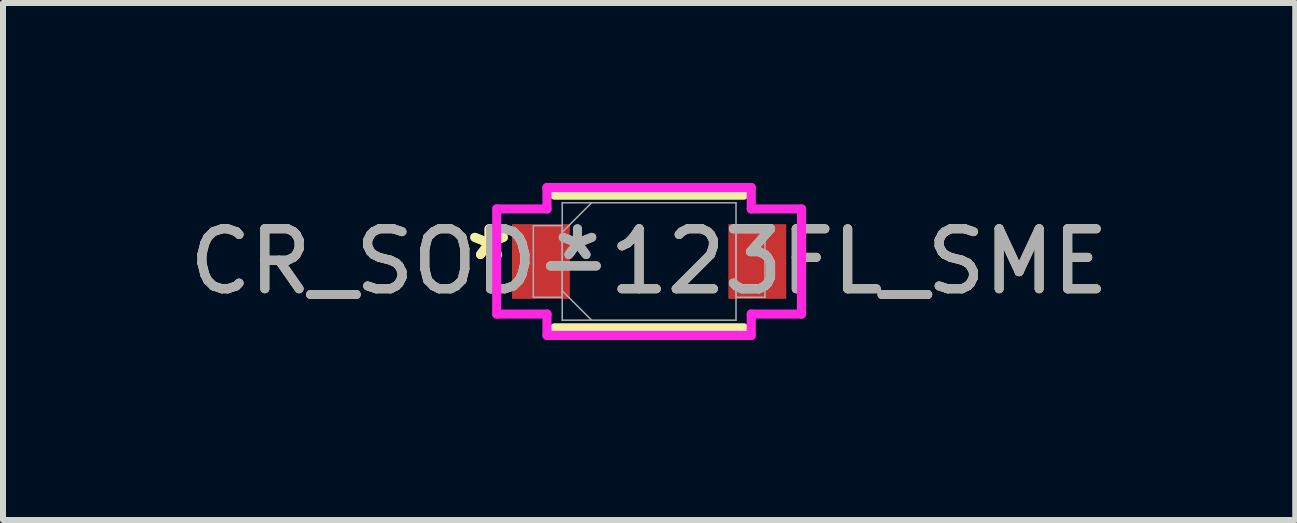
<source format=kicad_pcb>
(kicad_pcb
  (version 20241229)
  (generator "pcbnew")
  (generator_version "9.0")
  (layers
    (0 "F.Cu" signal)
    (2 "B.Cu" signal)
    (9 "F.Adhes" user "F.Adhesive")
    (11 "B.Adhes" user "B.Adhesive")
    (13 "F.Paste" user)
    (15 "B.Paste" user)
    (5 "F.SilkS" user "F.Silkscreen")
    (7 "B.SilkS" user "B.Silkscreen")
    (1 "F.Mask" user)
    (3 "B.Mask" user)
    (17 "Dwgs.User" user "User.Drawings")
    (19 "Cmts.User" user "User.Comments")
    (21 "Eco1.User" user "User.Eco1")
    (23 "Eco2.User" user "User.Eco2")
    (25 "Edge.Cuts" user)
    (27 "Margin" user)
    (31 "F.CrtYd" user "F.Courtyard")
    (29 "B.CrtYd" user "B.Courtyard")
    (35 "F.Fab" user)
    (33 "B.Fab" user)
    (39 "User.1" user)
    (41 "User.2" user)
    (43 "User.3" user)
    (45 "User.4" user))
  (footprint "CR_SOD-123FL_SME"
    (layer "F.Cu")
    (at 7.768 1.308)
    (property "Reference" "CR_SOD-123FL_SME" (at 0 0 0) (unlocked yes) (layer "F.SilkS") (effects (font (size 1 1) (thickness 0.15))))
    (attr smd)
    (fp_line (start -1.575 1.105) (end 1.575 1.105) (stroke (width 0.152) (type solid)) (layer "F.SilkS"))
    (fp_line (start 1.575 -1.105) (end -1.575 -1.105) (stroke (width 0.152) (type solid)) (layer "F.SilkS"))
    (fp_line (start -2.54 -0.876) (end -1.702 -0.876) (stroke (width 0.152) (type solid)) (layer "F.CrtYd"))
    (fp_line (start -2.54 0.876) (end -2.54 -0.876) (stroke (width 0.152) (type solid)) (layer "F.CrtYd"))
    (fp_line (start -1.702 -1.232) (end 1.702 -1.232) (stroke (width 0.152) (type solid)) (layer "F.CrtYd"))
    (fp_line (start -1.702 -0.876) (end -1.702 -1.232) (stroke (width 0.152) (type solid)) (layer "F.CrtYd"))
    (fp_line (start -1.702 0.876) (end -2.54 0.876) (stroke (width 0.152) (type solid)) (layer "F.CrtYd"))
    (fp_line (start -1.702 1.232) (end -1.702 0.876) (stroke (width 0.152) (type solid)) (layer "F.CrtYd"))
    (fp_line (start 1.702 -1.232) (end 1.702 -0.876) (stroke (width 0.152) (type solid)) (layer "F.CrtYd"))
    (fp_line (start 1.702 -0.876) (end 2.54 -0.876) (stroke (width 0.152) (type solid)) (layer "F.CrtYd"))
    (fp_line (start 1.702 0.876) (end 1.702 1.232) (stroke (width 0.152) (type solid)) (layer "F.CrtYd"))
    (fp_line (start 1.702 1.232) (end -1.702 1.232) (stroke (width 0.152) (type solid)) (layer "F.CrtYd"))
    (fp_line (start 2.54 -0.876) (end 2.54 0.876) (stroke (width 0.152) (type solid)) (layer "F.CrtYd"))
    (fp_line (start 2.54 0.876) (end 1.702 0.876) (stroke (width 0.152) (type solid)) (layer "F.CrtYd"))
    (fp_line (start -1.93 -0.597) (end -1.93 0.597) (stroke (width 0.025) (type solid)) (layer "F.Fab"))
    (fp_line (start -1.93 0.597) (end -1.448 0.597) (stroke (width 0.025) (type solid)) (layer "F.Fab"))
    (fp_line (start -1.448 -0.978) (end -1.448 0.978) (stroke (width 0.025) (type solid)) (layer "F.Fab"))
    (fp_line (start -1.448 -0.597) (end -1.93 -0.597) (stroke (width 0.025) (type solid)) (layer "F.Fab"))
    (fp_line (start -1.448 -0.489) (end -0.959 -0.978) (stroke (width 0.025) (type solid)) (layer "F.Fab"))
    (fp_line (start -1.448 0.489) (end -0.959 0.978) (stroke (width 0.025) (type solid)) (layer "F.Fab"))
    (fp_line (start -1.448 0.597) (end -1.448 -0.597) (stroke (width 0.025) (type solid)) (layer "F.Fab"))
    (fp_line (start -1.448 0.978) (end 1.448 0.978) (stroke (width 0.025) (type solid)) (layer "F.Fab"))
    (fp_line (start 1.448 -0.978) (end -1.448 -0.978) (stroke (width 0.025) (type solid)) (layer "F.Fab"))
    (fp_line (start 1.448 -0.597) (end 1.448 0.597) (stroke (width 0.025) (type solid)) (layer "F.Fab"))
    (fp_line (start 1.448 0.597) (end 1.93 0.597) (stroke (width 0.025) (type solid)) (layer "F.Fab"))
    (fp_line (start 1.448 0.978) (end 1.448 -0.978) (stroke (width 0.025) (type solid)) (layer "F.Fab"))
    (fp_line (start 1.93 -0.597) (end 1.448 -0.597) (stroke (width 0.025) (type solid)) (layer "F.Fab"))
    (fp_line (start 1.93 0.597) (end 1.93 -0.597) (stroke (width 0.025) (type solid)) (layer "F.Fab"))
    (fp_text user "*" (at -2.667 0 0) (layer "F.SilkS") (effects (font (size 1 1) (thickness 0.15))))
    (fp_text user "*" (at -2.667 0 0) (unlocked yes) (layer "F.SilkS") (effects (font (size 1 1) (thickness 0.15))))
    (fp_text user "*" (at -1.194 0 0) (layer "F.Fab") (effects (font (size 1 1) (thickness 0.15))))
    (fp_text user "*" (at -1.194 0 0) (unlocked yes) (layer "F.Fab") (effects (font (size 1 1) (thickness 0.15))))
    (fp_text user "${REFERENCE}" (at 0 0 0) (unlocked yes) (layer "F.Fab") (effects (font (size 1 1) (thickness 0.15))))
    (pad "1" smd rect (at -1.803 0) (size 0.965 1.245) (layers "F.Cu" "F.Mask" "F.Paste"))
    (pad "2" smd rect (at 1.803 0) (size 0.965 1.245) (layers "F.Cu" "F.Mask" "F.Paste")))
  (gr_rect
    (start -3 -3)
    (end 18.536 5.616)
    (stroke (width 0.1) (type default))
    (fill no)
    (layer "Edge.Cuts")))
</source>
